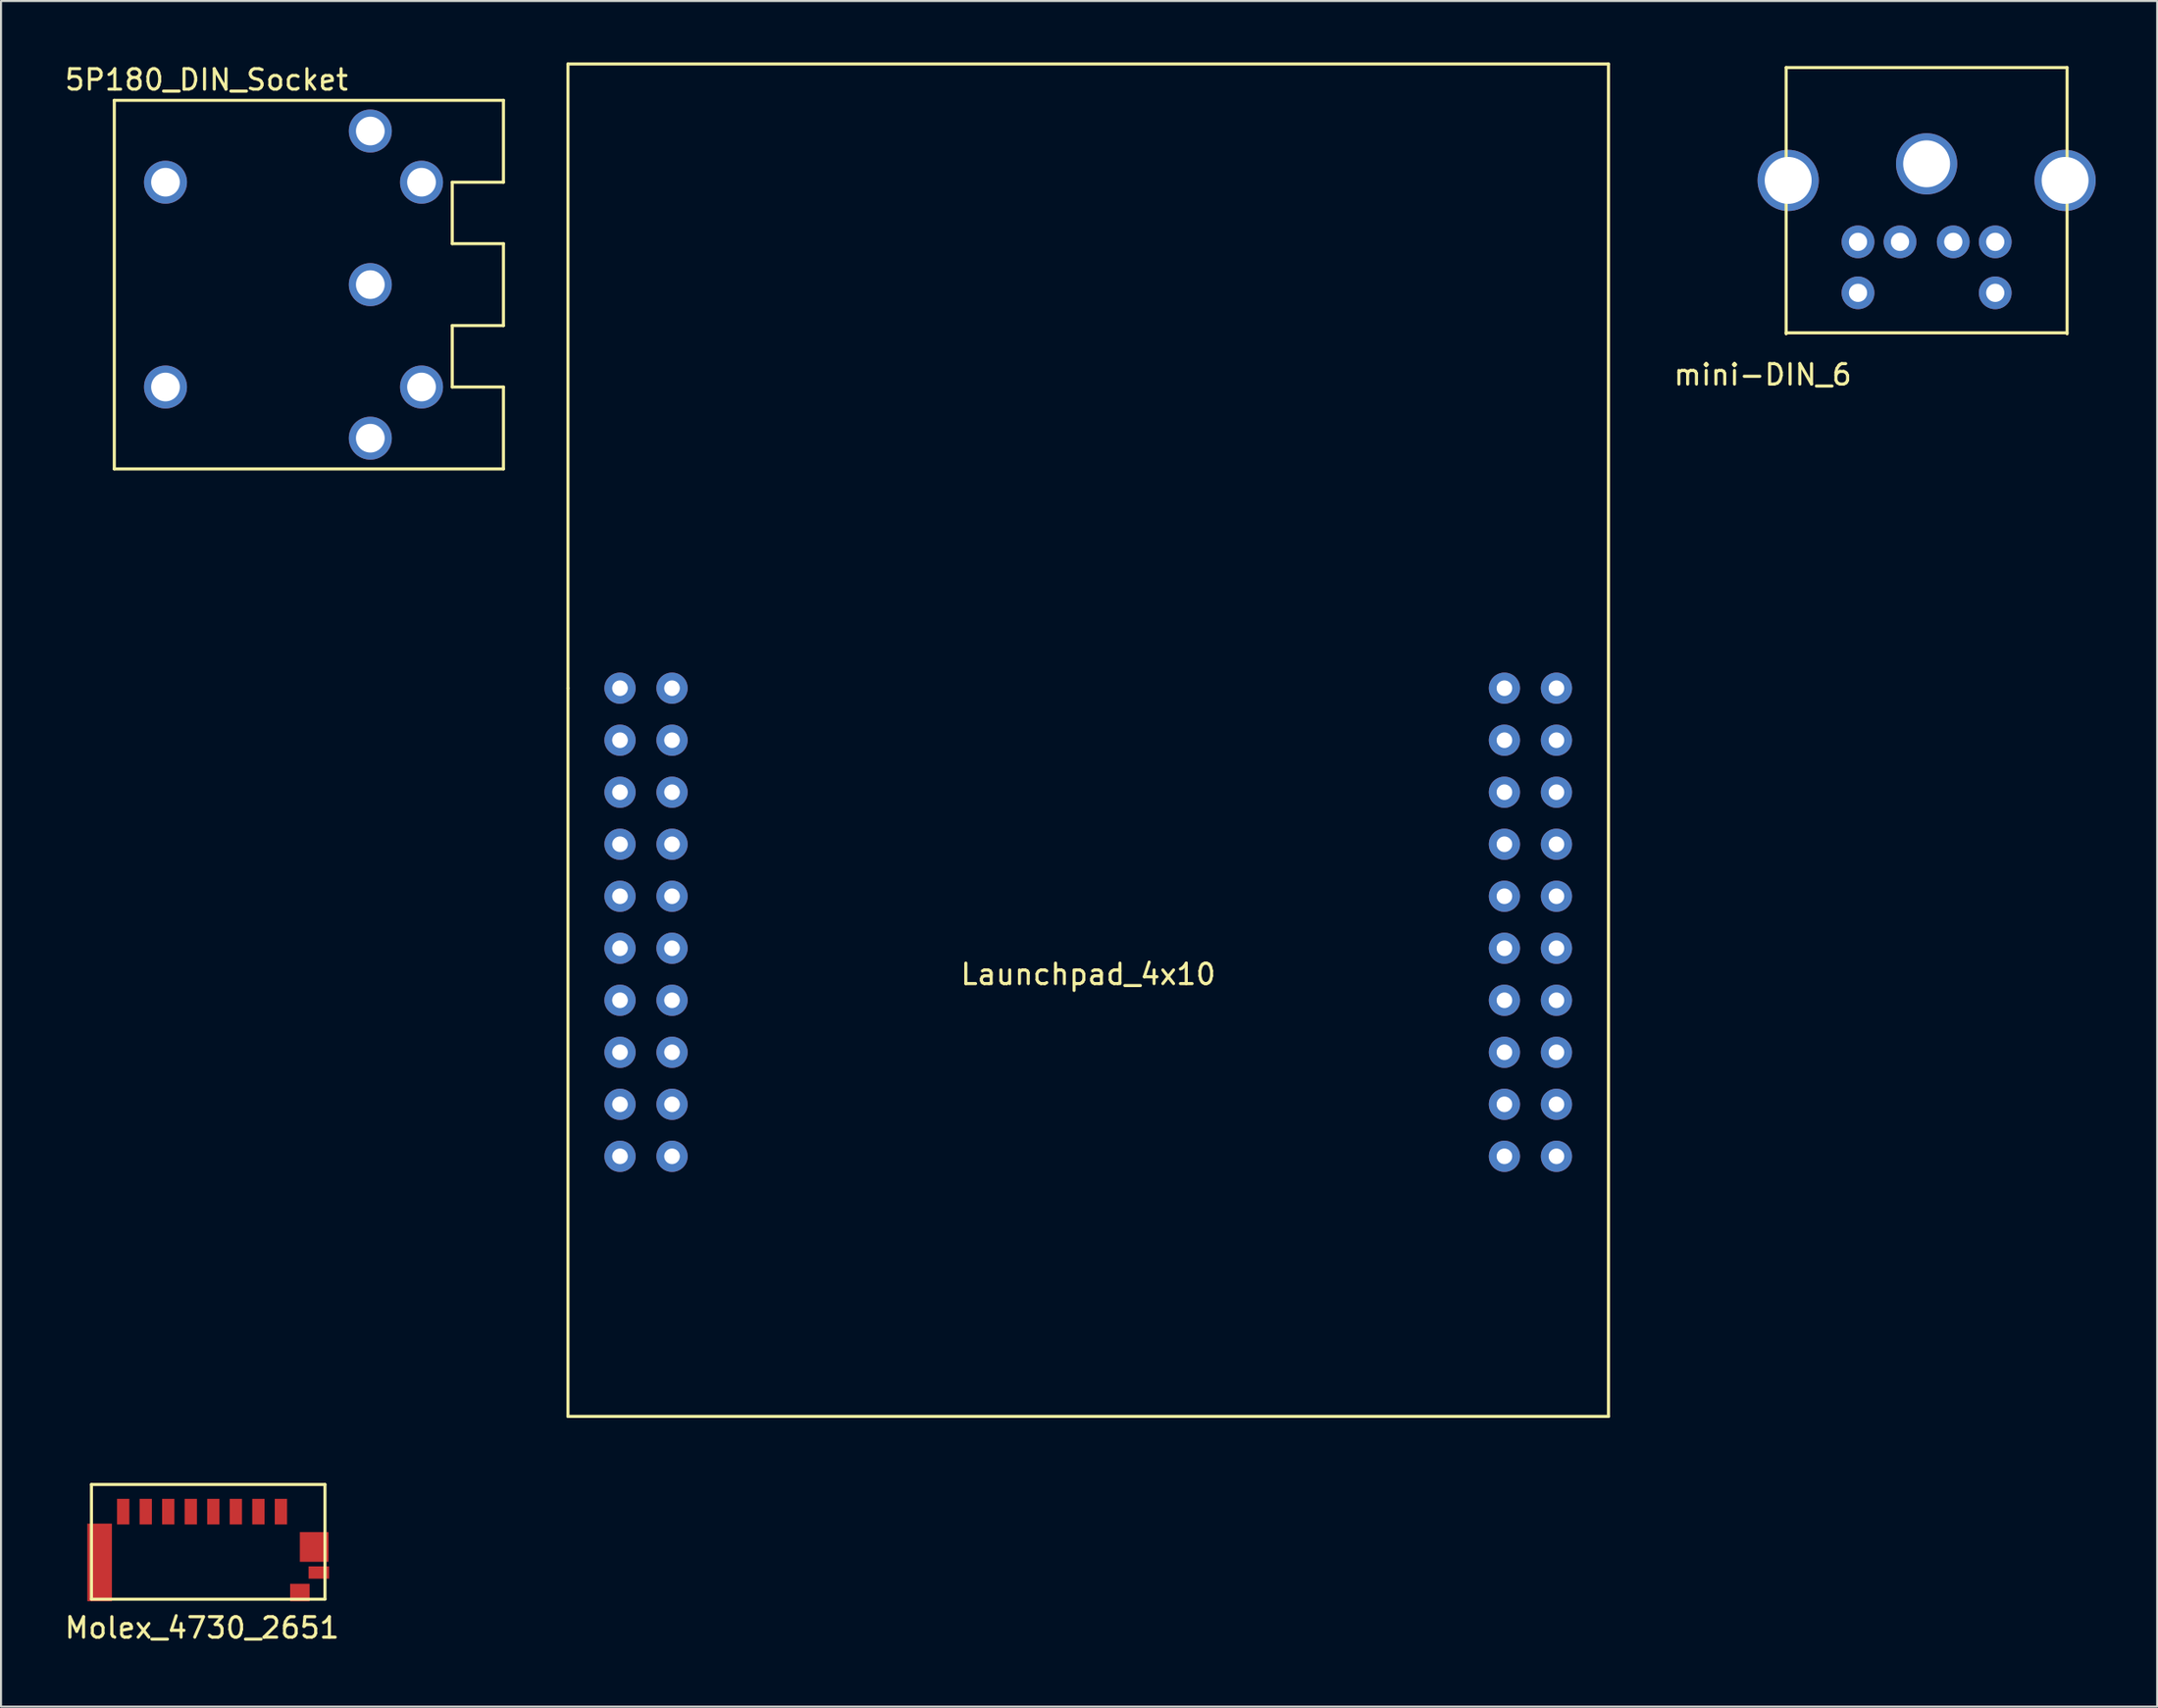
<source format=kicad_pcb>
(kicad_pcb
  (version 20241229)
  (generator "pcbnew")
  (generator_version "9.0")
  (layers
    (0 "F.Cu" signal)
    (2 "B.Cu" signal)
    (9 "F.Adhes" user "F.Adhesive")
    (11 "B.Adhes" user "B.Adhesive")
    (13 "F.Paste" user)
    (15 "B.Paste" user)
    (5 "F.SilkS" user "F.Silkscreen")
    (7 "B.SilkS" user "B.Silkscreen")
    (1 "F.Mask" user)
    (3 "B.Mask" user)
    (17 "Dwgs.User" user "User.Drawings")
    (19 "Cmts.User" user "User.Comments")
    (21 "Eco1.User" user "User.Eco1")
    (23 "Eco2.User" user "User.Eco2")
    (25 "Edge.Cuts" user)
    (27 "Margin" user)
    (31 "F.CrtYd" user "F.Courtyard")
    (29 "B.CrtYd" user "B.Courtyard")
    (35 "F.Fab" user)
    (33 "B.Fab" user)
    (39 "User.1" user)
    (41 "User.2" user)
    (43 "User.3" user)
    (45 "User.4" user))
  (footprint "mini-DIN_6"
    (layer "F.Cu")
    (at 91.013 0.25)
    (property "Reference" "mini-DIN_6" (at -8 15 0) (layer "F.SilkS") (effects (font (size 1 1) (thickness 0.15))))
    (attr through_hole)
    (fp_line (start -6.858 0) (end -6.858 13) (stroke (width 0.15) (type solid)) (layer "F.SilkS"))
    (fp_line (start -6.858 12.954) (end 6.858 12.954) (stroke (width 0.15) (type solid)) (layer "F.SilkS"))
    (fp_line (start 6.858 0) (end -6.858 0) (stroke (width 0.15) (type solid)) (layer "F.SilkS"))
    (fp_line (start 6.858 13) (end 6.858 0) (stroke (width 0.15) (type solid)) (layer "F.SilkS"))
    (pad "1" thru_hole circle (at -1.3 8.51) (size 1.6 1.6) (drill 0.89) (layers "*.Cu" "*.Mask"))
    (pad "2" thru_hole circle (at 1.3 8.51) (size 1.6 1.6) (drill 0.89) (layers "*.Cu" "*.Mask"))
    (pad "3" thru_hole circle (at -3.35 8.51) (size 1.6 1.6) (drill 0.89) (layers "*.Cu" "*.Mask"))
    (pad "4" thru_hole circle (at 3.35 8.51) (size 1.6 1.6) (drill 0.89) (layers "*.Cu" "*.Mask"))
    (pad "5" thru_hole circle (at -3.35 11) (size 1.6 1.6) (drill 0.89) (layers "*.Cu" "*.Mask"))
    (pad "6" thru_hole circle (at 3.35 11) (size 1.6 1.6) (drill 0.89) (layers "*.Cu" "*.Mask"))
    (pad "7" thru_hole circle (at -6.76 5.51) (size 2.99 2.99) (drill 2.29) (layers "*.Cu" "*.Mask"))
    (pad "8" thru_hole circle (at 0 4.7) (size 2.99 2.99) (drill 2.29) (layers "*.Cu" "*.Mask"))
    (pad "9" thru_hole circle (at 6.76 5.51) (size 2.99 2.99) (drill 2.29) (layers "*.Cu" "*.Mask")))
  (footprint "5P180_DIN_Socket"
    (layer "F.Cu")
    (at 10.03 10.848)
    (property "Reference" "5P180_DIN_Socket" (at -3 -10 0) (layer "F.SilkS") (effects (font (size 1 1) (thickness 0.15))))
    (attr through_hole)
    (fp_line (start -7.5 -9) (end 11.5 -9) (stroke (width 0.15) (type solid)) (layer "F.SilkS"))
    (fp_line (start -7.5 9) (end -7.5 -9) (stroke (width 0.15) (type solid)) (layer "F.SilkS"))
    (fp_line (start 9 -5) (end 9 -2) (stroke (width 0.15) (type solid)) (layer "F.SilkS"))
    (fp_line (start 9 -2) (end 11.5 -2) (stroke (width 0.15) (type solid)) (layer "F.SilkS"))
    (fp_line (start 9 2) (end 9 5) (stroke (width 0.15) (type solid)) (layer "F.SilkS"))
    (fp_line (start 9 5) (end 11.5 5) (stroke (width 0.15) (type solid)) (layer "F.SilkS"))
    (fp_line (start 11.5 -9) (end 11.5 -5) (stroke (width 0.15) (type solid)) (layer "F.SilkS"))
    (fp_line (start 11.5 -5) (end 9 -5) (stroke (width 0.15) (type solid)) (layer "F.SilkS"))
    (fp_line (start 11.5 -2) (end 11.5 2) (stroke (width 0.15) (type solid)) (layer "F.SilkS"))
    (fp_line (start 11.5 2) (end 9 2) (stroke (width 0.15) (type solid)) (layer "F.SilkS"))
    (fp_line (start 11.5 5) (end 11.5 9) (stroke (width 0.15) (type solid)) (layer "F.SilkS"))
    (fp_line (start 11.5 9) (end -7.5 9) (stroke (width 0.15) (type solid)) (layer "F.SilkS"))
    (pad "1" thru_hole circle (at 5 7.5) (size 2.1 2.1) (drill 1.4) (layers "*.Cu" "*.Mask"))
    (pad "2" thru_hole circle (at 5 0) (size 2.1 2.1) (drill 1.4) (layers "*.Cu" "*.Mask"))
    (pad "3" thru_hole circle (at 5 -7.5) (size 2.1 2.1) (drill 1.4) (layers "*.Cu" "*.Mask"))
    (pad "4" thru_hole circle (at 7.5 5) (size 2.1 2.1) (drill 1.4) (layers "*.Cu" "*.Mask"))
    (pad "5" thru_hole circle (at 7.5 -5) (size 2.1 2.1) (drill 1.4) (layers "*.Cu" "*.Mask"))
    (pad "6" thru_hole circle (at -5 -5) (size 2.1 2.1) (drill 1.4) (layers "*.Cu" "*.Mask"))
    (pad "7" thru_hole circle (at -5 5) (size 2.1 2.1) (drill 1.4) (layers "*.Cu" "*.Mask")))
  (footprint "Molex_4730_2651"
    (layer "F.Cu")
    (at 6.815 69.44)
    (property "Reference" "Molex_4730_2651" (at 0 7 0) (layer "F.SilkS") (effects (font (size 1 1) (thickness 0.15))))
    (attr smd)
    (fp_line (start -5.4 0) (end -5.4 5.6) (stroke (width 0.15) (type solid)) (layer "F.SilkS"))
    (fp_line (start -5.4 5.6) (end 6 5.6) (stroke (width 0.15) (type solid)) (layer "F.SilkS"))
    (fp_line (start 6 0) (end -5.4 0) (stroke (width 0.15) (type solid)) (layer "F.SilkS"))
    (fp_line (start 6 5.6) (end 6 0) (stroke (width 0.15) (type solid)) (layer "F.SilkS"))
    (pad "1" smd rect (at 3.85 1.325) (size 0.6 1.25) (layers "F.Cu" "F.Mask" "F.Paste"))
    (pad "2" smd rect (at 2.75 1.325) (size 0.6 1.25) (layers "F.Cu" "F.Mask" "F.Paste"))
    (pad "3" smd rect (at 1.65 1.325) (size 0.6 1.25) (layers "F.Cu" "F.Mask" "F.Paste"))
    (pad "4" smd rect (at 0.55 1.325) (size 0.6 1.25) (layers "F.Cu" "F.Mask" "F.Paste"))
    (pad "5" smd rect (at -0.55 1.325) (size 0.6 1.25) (layers "F.Cu" "F.Mask" "F.Paste"))
    (pad "6" smd rect (at -1.65 1.325) (size 0.6 1.25) (layers "F.Cu" "F.Mask" "F.Paste"))
    (pad "7" smd rect (at -2.75 1.325) (size 0.6 1.25) (layers "F.Cu" "F.Mask" "F.Paste"))
    (pad "8" smd rect (at -3.85 1.325) (size 0.6 1.25) (layers "F.Cu" "F.Mask" "F.Paste"))
    (pad "9" smd rect (at -5 3.805) (size 1.2 3.79) (layers "F.Cu" "F.Mask" "F.Paste"))
    (pad "10" smd rect (at 5.475 3.05) (size 1.4 1.45) (layers "F.Cu" "F.Mask" "F.Paste"))
    (pad "11" smd rect (at 5.7 4.3) (size 1 0.6) (layers "F.Cu" "F.Mask" "F.Paste"))
    (pad "12" smd rect (at 4.775 5.275) (size 0.95 0.85) (layers "F.Cu" "F.Mask" "F.Paste")))
  (footprint "Launchpad_4x10"
    (layer "F.Cu")
    (at 50.08 41.985)
    (property "Reference" "Launchpad_4x10" (at 0 2.54 0) (layer "F.SilkS") (effects (font (size 1 1) (thickness 0.15))))
    (attr through_hole)
    (fp_line (start -25.4 -41.91) (end -25.4 -11.43) (stroke (width 0.15) (type solid)) (layer "F.SilkS"))
    (fp_line (start -25.4 -11.43) (end -25.4 24.13) (stroke (width 0.15) (type solid)) (layer "F.SilkS"))
    (fp_line (start -25.4 24.13) (end 25.4 24.13) (stroke (width 0.15) (type solid)) (layer "F.SilkS"))
    (fp_line (start 25.4 -41.91) (end -25.4 -41.91) (stroke (width 0.15) (type solid)) (layer "F.SilkS"))
    (fp_line (start 25.4 24.13) (end 25.4 -41.91) (stroke (width 0.15) (type solid)) (layer "F.SilkS"))
    (pad "1.1" thru_hole circle (at -22.86 -11.43) (size 1.524 1.524) (drill 0.762) (layers "*.Cu" "*.Mask"))
    (pad "1.2" thru_hole circle (at -22.86 -8.89) (size 1.524 1.524) (drill 0.762) (layers "*.Cu" "*.Mask"))
    (pad "1.3" thru_hole circle (at -22.86 -6.35) (size 1.524 1.524) (drill 0.762) (layers "*.Cu" "*.Mask"))
    (pad "1.4" thru_hole circle (at -22.86 -3.81) (size 1.524 1.524) (drill 0.762) (layers "*.Cu" "*.Mask"))
    (pad "1.5" thru_hole circle (at -22.86 -1.27) (size 1.524 1.524) (drill 0.762) (layers "*.Cu" "*.Mask"))
    (pad "1.6" thru_hole circle (at -22.86 1.27) (size 1.524 1.524) (drill 0.762) (layers "*.Cu" "*.Mask"))
    (pad "1.7" thru_hole circle (at -22.86 3.81) (size 1.524 1.524) (drill 0.762) (layers "*.Cu" "*.Mask"))
    (pad "1.8" thru_hole circle (at -22.86 6.35) (size 1.524 1.524) (drill 0.762) (layers "*.Cu" "*.Mask"))
    (pad "1.9" thru_hole circle (at -22.86 8.89) (size 1.524 1.524) (drill 0.762) (layers "*.Cu" "*.Mask"))
    (pad "1.10" thru_hole circle (at -22.86 11.43) (size 1.524 1.524) (drill 0.762) (layers "*.Cu" "*.Mask"))
    (pad "2.1" thru_hole circle (at 22.86 -11.43) (size 1.524 1.524) (drill 0.762) (layers "*.Cu" "*.Mask"))
    (pad "2.2" thru_hole circle (at 22.86 -8.89) (size 1.524 1.524) (drill 0.762) (layers "*.Cu" "*.Mask"))
    (pad "2.3" thru_hole circle (at 22.86 -6.35) (size 1.524 1.524) (drill 0.762) (layers "*.Cu" "*.Mask"))
    (pad "2.4" thru_hole circle (at 22.86 -3.81) (size 1.524 1.524) (drill 0.762) (layers "*.Cu" "*.Mask"))
    (pad "2.5" thru_hole circle (at 22.86 -1.27) (size 1.524 1.524) (drill 0.762) (layers "*.Cu" "*.Mask"))
    (pad "2.6" thru_hole circle (at 22.86 1.27) (size 1.524 1.524) (drill 0.762) (layers "*.Cu" "*.Mask"))
    (pad "2.7" thru_hole circle (at 22.86 3.81) (size 1.524 1.524) (drill 0.762) (layers "*.Cu" "*.Mask"))
    (pad "2.8" thru_hole circle (at 22.86 6.35) (size 1.524 1.524) (drill 0.762) (layers "*.Cu" "*.Mask"))
    (pad "2.9" thru_hole circle (at 22.86 8.89) (size 1.524 1.524) (drill 0.762) (layers "*.Cu" "*.Mask"))
    (pad "2.10" thru_hole circle (at 22.86 11.43) (size 1.524 1.524) (drill 0.762) (layers "*.Cu" "*.Mask"))
    (pad "3.1" thru_hole circle (at -20.32 -11.43) (size 1.524 1.524) (drill 0.762) (layers "*.Cu" "*.Mask"))
    (pad "3.2" thru_hole circle (at -20.32 -8.89) (size 1.524 1.524) (drill 0.762) (layers "*.Cu" "*.Mask"))
    (pad "3.3" thru_hole circle (at -20.32 -6.35) (size 1.524 1.524) (drill 0.762) (layers "*.Cu" "*.Mask"))
    (pad "3.4" thru_hole circle (at -20.32 -3.81) (size 1.524 1.524) (drill 0.762) (layers "*.Cu" "*.Mask"))
    (pad "3.5" thru_hole circle (at -20.32 -1.27) (size 1.524 1.524) (drill 0.762) (layers "*.Cu" "*.Mask"))
    (pad "3.6" thru_hole circle (at -20.32 1.27) (size 1.524 1.524) (drill 0.762) (layers "*.Cu" "*.Mask"))
    (pad "3.7" thru_hole circle (at -20.32 3.81) (size 1.524 1.524) (drill 0.762) (layers "*.Cu" "*.Mask"))
    (pad "3.8" thru_hole circle (at -20.32 6.35) (size 1.524 1.524) (drill 0.762) (layers "*.Cu" "*.Mask"))
    (pad "3.9" thru_hole circle (at -20.32 8.89) (size 1.524 1.524) (drill 0.762) (layers "*.Cu" "*.Mask"))
    (pad "3.10" thru_hole circle (at -20.32 11.43) (size 1.524 1.524) (drill 0.762) (layers "*.Cu" "*.Mask"))
    (pad "4.1" thru_hole circle (at 20.32 -11.43) (size 1.524 1.524) (drill 0.762) (layers "*.Cu" "*.Mask"))
    (pad "4.2" thru_hole circle (at 20.32 -8.89) (size 1.524 1.524) (drill 0.762) (layers "*.Cu" "*.Mask"))
    (pad "4.3" thru_hole circle (at 20.32 -6.35) (size 1.524 1.524) (drill 0.762) (layers "*.Cu" "*.Mask"))
    (pad "4.4" thru_hole circle (at 20.32 -3.81) (size 1.524 1.524) (drill 0.762) (layers "*.Cu" "*.Mask"))
    (pad "4.5" thru_hole circle (at 20.32 -1.27) (size 1.524 1.524) (drill 0.762) (layers "*.Cu" "*.Mask"))
    (pad "4.6" thru_hole circle (at 20.32 1.27) (size 1.524 1.524) (drill 0.762) (layers "*.Cu" "*.Mask"))
    (pad "4.7" thru_hole circle (at 20.32 3.81) (size 1.524 1.524) (drill 0.762) (layers "*.Cu" "*.Mask"))
    (pad "4.8" thru_hole circle (at 20.32 6.35) (size 1.524 1.524) (drill 0.762) (layers "*.Cu" "*.Mask"))
    (pad "4.9" thru_hole circle (at 20.32 8.89) (size 1.524 1.524) (drill 0.762) (layers "*.Cu" "*.Mask"))
    (pad "4.10" thru_hole circle (at 20.32 11.43) (size 1.524 1.524) (drill 0.762) (layers "*.Cu" "*.Mask")))
  (gr_rect
    (start -3 -3)
    (end 102.268 80.288)
    (stroke (width 0.1) (type default))
    (fill no)
    (layer "Edge.Cuts")))
</source>
